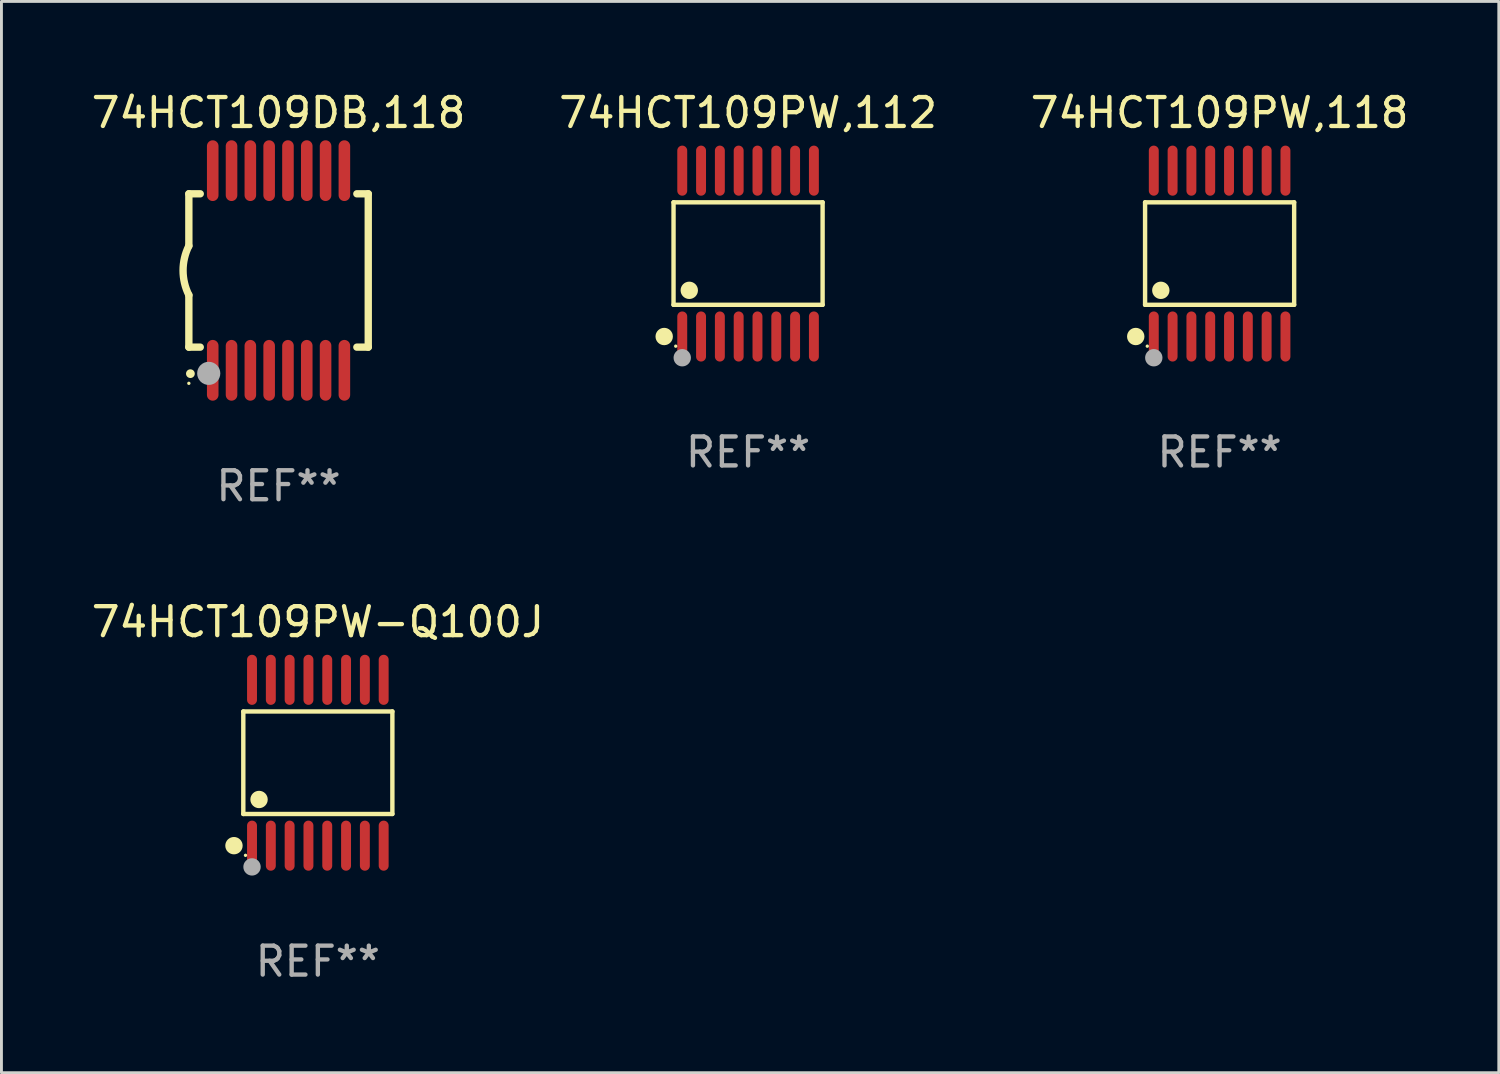
<source format=kicad_pcb>
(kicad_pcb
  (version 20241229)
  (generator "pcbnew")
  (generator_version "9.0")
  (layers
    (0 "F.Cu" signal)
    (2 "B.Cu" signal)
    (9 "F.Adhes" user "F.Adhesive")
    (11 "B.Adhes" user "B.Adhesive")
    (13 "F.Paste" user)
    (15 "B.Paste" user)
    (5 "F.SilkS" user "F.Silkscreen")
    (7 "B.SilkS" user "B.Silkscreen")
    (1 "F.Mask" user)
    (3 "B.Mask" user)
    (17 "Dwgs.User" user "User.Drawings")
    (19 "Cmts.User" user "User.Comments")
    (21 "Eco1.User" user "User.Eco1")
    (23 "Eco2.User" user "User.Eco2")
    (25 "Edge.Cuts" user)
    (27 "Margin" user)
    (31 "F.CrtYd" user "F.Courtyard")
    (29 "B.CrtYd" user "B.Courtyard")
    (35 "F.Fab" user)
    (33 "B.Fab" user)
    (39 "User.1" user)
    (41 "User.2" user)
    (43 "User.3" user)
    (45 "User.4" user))
  (footprint "74HCT109PW,118"
    (layer "F.Cu")
    (at 39.101 5.714)
    (property "Reference" "74HCT109PW,118" (at 0 -4.866 0) (layer "F.SilkS") (effects (font (size 1 1) (thickness 0.15))))
    (attr through_hole)
    (fp_line (start -2.576 -1.772) (end 2.576 -1.772) (stroke (width 0.152) (type solid)) (layer "F.SilkS"))
    (fp_line (start -2.576 1.771) (end -2.576 -1.772) (stroke (width 0.152) (type solid)) (layer "F.SilkS"))
    (fp_line (start 2.576 -1.772) (end 2.576 1.771) (stroke (width 0.152) (type solid)) (layer "F.SilkS"))
    (fp_line (start 2.576 1.771) (end -2.576 1.771) (stroke (width 0.152) (type solid)) (layer "F.SilkS"))
    (fp_circle (center -2.899 2.866) (end -2.749 2.866) (stroke (width 0.3) (type solid)) (fill no) (layer "F.SilkS"))
    (fp_circle (center -2.5 3.2) (end -2.47 3.2) (stroke (width 0.06) (type solid)) (fill no) (layer "F.SilkS"))
    (fp_circle (center -2.032 1.27) (end -1.882 1.27) (stroke (width 0.3) (type solid)) (fill no) (layer "F.SilkS"))
    (fp_circle (center -2.275 3.6) (end -2.125 3.6) (stroke (width 0.3) (type solid)) (fill no) (layer "F.Fab"))
    (fp_text user "REF**" (at 0 6.866 0) (layer "F.Fab") (effects (font (size 1 1) (thickness 0.15))))
    (pad "1" smd oval (at -2.275 2.866) (size 0.343 1.731) (layers "F.Cu" "F.Mask" "F.Paste"))
    (pad "2" smd oval (at -1.625 2.866) (size 0.343 1.731) (layers "F.Cu" "F.Mask" "F.Paste"))
    (pad "3" smd oval (at -0.975 2.866) (size 0.343 1.731) (layers "F.Cu" "F.Mask" "F.Paste"))
    (pad "4" smd oval (at -0.325 2.866) (size 0.343 1.731) (layers "F.Cu" "F.Mask" "F.Paste"))
    (pad "5" smd oval (at 0.325 2.866) (size 0.343 1.731) (layers "F.Cu" "F.Mask" "F.Paste"))
    (pad "6" smd oval (at 0.975 2.866) (size 0.343 1.731) (layers "F.Cu" "F.Mask" "F.Paste"))
    (pad "7" smd oval (at 1.625 2.866) (size 0.343 1.731) (layers "F.Cu" "F.Mask" "F.Paste"))
    (pad "8" smd oval (at 2.275 2.866) (size 0.343 1.731) (layers "F.Cu" "F.Mask" "F.Paste"))
    (pad "9" smd oval (at 2.275 -2.866) (size 0.343 1.731) (layers "F.Cu" "F.Mask" "F.Paste"))
    (pad "10" smd oval (at 1.625 -2.866) (size 0.343 1.731) (layers "F.Cu" "F.Mask" "F.Paste"))
    (pad "11" smd oval (at 0.975 -2.866) (size 0.343 1.731) (layers "F.Cu" "F.Mask" "F.Paste"))
    (pad "12" smd oval (at 0.325 -2.866) (size 0.343 1.731) (layers "F.Cu" "F.Mask" "F.Paste"))
    (pad "13" smd oval (at -0.325 -2.866) (size 0.343 1.731) (layers "F.Cu" "F.Mask" "F.Paste"))
    (pad "14" smd oval (at -0.975 -2.866) (size 0.343 1.731) (layers "F.Cu" "F.Mask" "F.Paste"))
    (pad "15" smd oval (at -1.625 -2.866) (size 0.343 1.731) (layers "F.Cu" "F.Mask" "F.Paste"))
    (pad "16" smd oval (at -2.275 -2.866) (size 0.343 1.731) (layers "F.Cu" "F.Mask" "F.Paste")))
  (footprint "74HCT109PW,112"
    (layer "F.Cu")
    (at 22.804 5.714)
    (property "Reference" "74HCT109PW,112" (at 0 -4.866 0) (layer "F.SilkS") (effects (font (size 1 1) (thickness 0.15))))
    (attr through_hole)
    (fp_line (start -2.576 -1.772) (end 2.576 -1.772) (stroke (width 0.152) (type solid)) (layer "F.SilkS"))
    (fp_line (start -2.576 1.771) (end -2.576 -1.772) (stroke (width 0.152) (type solid)) (layer "F.SilkS"))
    (fp_line (start 2.576 -1.772) (end 2.576 1.771) (stroke (width 0.152) (type solid)) (layer "F.SilkS"))
    (fp_line (start 2.576 1.771) (end -2.576 1.771) (stroke (width 0.152) (type solid)) (layer "F.SilkS"))
    (fp_circle (center -2.899 2.866) (end -2.749 2.866) (stroke (width 0.3) (type solid)) (fill no) (layer "F.SilkS"))
    (fp_circle (center -2.5 3.2) (end -2.47 3.2) (stroke (width 0.06) (type solid)) (fill no) (layer "F.SilkS"))
    (fp_circle (center -2.032 1.27) (end -1.882 1.27) (stroke (width 0.3) (type solid)) (fill no) (layer "F.SilkS"))
    (fp_circle (center -2.275 3.6) (end -2.125 3.6) (stroke (width 0.3) (type solid)) (fill no) (layer "F.Fab"))
    (fp_text user "REF**" (at 0 6.866 0) (layer "F.Fab") (effects (font (size 1 1) (thickness 0.15))))
    (pad "1" smd oval (at -2.275 2.866) (size 0.343 1.731) (layers "F.Cu" "F.Mask" "F.Paste"))
    (pad "2" smd oval (at -1.625 2.866) (size 0.343 1.731) (layers "F.Cu" "F.Mask" "F.Paste"))
    (pad "3" smd oval (at -0.975 2.866) (size 0.343 1.731) (layers "F.Cu" "F.Mask" "F.Paste"))
    (pad "4" smd oval (at -0.325 2.866) (size 0.343 1.731) (layers "F.Cu" "F.Mask" "F.Paste"))
    (pad "5" smd oval (at 0.325 2.866) (size 0.343 1.731) (layers "F.Cu" "F.Mask" "F.Paste"))
    (pad "6" smd oval (at 0.975 2.866) (size 0.343 1.731) (layers "F.Cu" "F.Mask" "F.Paste"))
    (pad "7" smd oval (at 1.625 2.866) (size 0.343 1.731) (layers "F.Cu" "F.Mask" "F.Paste"))
    (pad "8" smd oval (at 2.275 2.866) (size 0.343 1.731) (layers "F.Cu" "F.Mask" "F.Paste"))
    (pad "9" smd oval (at 2.275 -2.866) (size 0.343 1.731) (layers "F.Cu" "F.Mask" "F.Paste"))
    (pad "10" smd oval (at 1.625 -2.866) (size 0.343 1.731) (layers "F.Cu" "F.Mask" "F.Paste"))
    (pad "11" smd oval (at 0.975 -2.866) (size 0.343 1.731) (layers "F.Cu" "F.Mask" "F.Paste"))
    (pad "12" smd oval (at 0.325 -2.866) (size 0.343 1.731) (layers "F.Cu" "F.Mask" "F.Paste"))
    (pad "13" smd oval (at -0.325 -2.866) (size 0.343 1.731) (layers "F.Cu" "F.Mask" "F.Paste"))
    (pad "14" smd oval (at -0.975 -2.866) (size 0.343 1.731) (layers "F.Cu" "F.Mask" "F.Paste"))
    (pad "15" smd oval (at -1.625 -2.866) (size 0.343 1.731) (layers "F.Cu" "F.Mask" "F.Paste"))
    (pad "16" smd oval (at -2.275 -2.866) (size 0.343 1.731) (layers "F.Cu" "F.Mask" "F.Paste")))
  (footprint "74HCT109DB,118"
    (layer "F.Cu")
    (at 6.577 6.298)
    (property "Reference" "74HCT109DB,118" (at 0 -5.45 0) (layer "F.SilkS") (effects (font (size 1 1) (thickness 0.15))))
    (attr through_hole)
    (fp_line (start -3.1 -2.65) (end -3.1 -0.85) (stroke (width 0.254) (type solid)) (layer "F.SilkS"))
    (fp_line (start -3.1 -2.65) (end -2.706 -2.65) (stroke (width 0.254) (type solid)) (layer "F.SilkS"))
    (fp_line (start -3.1 2.65) (end -3.1 0.85) (stroke (width 0.254) (type solid)) (layer "F.SilkS"))
    (fp_line (start -3.1 2.65) (end -2.706 2.65) (stroke (width 0.254) (type solid)) (layer "F.SilkS"))
    (fp_line (start 2.706 -2.65) (end 3.1 -2.65) (stroke (width 0.254) (type solid)) (layer "F.SilkS"))
    (fp_line (start 2.706 2.65) (end 3.1 2.65) (stroke (width 0.254) (type solid)) (layer "F.SilkS"))
    (fp_line (start 3.1 -2.65) (end 3.1 2.65) (stroke (width 0.254) (type solid)) (layer "F.SilkS"))
    (fp_arc (start -3.098907 0.850902) (mid -3.300057 0.000523) (end -3.1 -0.850114) (stroke (width 0.254001) (type solid)) (layer "F.SilkS"))
    (fp_arc (start -3.048006 3.566066) (mid -3.046736 3.566061) (end -3.045466 3.566066) (stroke (width 0.3) (type solid)) (layer "F.SilkS"))
    (fp_circle (center -3.1 3.9) (end -3.07 3.9) (stroke (width 0.06) (type solid)) (fill no) (layer "F.SilkS"))
    (fp_circle (center -2.413 3.556) (end -2.213 3.556) (stroke (width 0.4) (type solid)) (fill no) (layer "F.Fab"))
    (fp_text user "REF**" (at 0 7.45 0) (layer "F.Fab") (effects (font (size 1 1) (thickness 0.15))))
    (pad "1" smd oval (at -2.275 3.45 180) (size 0.4 2.1) (layers "F.Cu" "F.Mask" "F.Paste"))
    (pad "2" smd oval (at -1.625 3.45 180) (size 0.4 2.1) (layers "F.Cu" "F.Mask" "F.Paste"))
    (pad "3" smd oval (at -0.975 3.45 180) (size 0.4 2.1) (layers "F.Cu" "F.Mask" "F.Paste"))
    (pad "4" smd oval (at -0.325 3.45 180) (size 0.4 2.1) (layers "F.Cu" "F.Mask" "F.Paste"))
    (pad "5" smd oval (at 0.325 3.45 180) (size 0.4 2.1) (layers "F.Cu" "F.Mask" "F.Paste"))
    (pad "6" smd oval (at 0.975 3.45 180) (size 0.4 2.1) (layers "F.Cu" "F.Mask" "F.Paste"))
    (pad "7" smd oval (at 1.625 3.45 180) (size 0.4 2.1) (layers "F.Cu" "F.Mask" "F.Paste"))
    (pad "8" smd oval (at 2.275 3.45 180) (size 0.4 2.1) (layers "F.Cu" "F.Mask" "F.Paste"))
    (pad "9" smd oval (at 2.275 -3.45 180) (size 0.4 2.1) (layers "F.Cu" "F.Mask" "F.Paste"))
    (pad "10" smd oval (at 1.625 -3.45 180) (size 0.4 2.1) (layers "F.Cu" "F.Mask" "F.Paste"))
    (pad "11" smd oval (at 0.975 -3.45 180) (size 0.4 2.1) (layers "F.Cu" "F.Mask" "F.Paste"))
    (pad "12" smd oval (at 0.325 -3.45 180) (size 0.4 2.1) (layers "F.Cu" "F.Mask" "F.Paste"))
    (pad "13" smd oval (at -0.325 -3.45 180) (size 0.4 2.1) (layers "F.Cu" "F.Mask" "F.Paste"))
    (pad "14" smd oval (at -0.975 -3.45 180) (size 0.4 2.1) (layers "F.Cu" "F.Mask" "F.Paste"))
    (pad "15" smd oval (at -1.625 -3.45 180) (size 0.4 2.1) (layers "F.Cu" "F.Mask" "F.Paste"))
    (pad "16" smd oval (at -2.275 -3.45 180) (size 0.4 2.1) (layers "F.Cu" "F.Mask" "F.Paste")))
  (footprint "74HCT109PW-Q100J"
    (layer "F.Cu")
    (at 7.935 23.311)
    (property "Reference" "74HCT109PW-Q100J" (at 0 -4.866 0) (layer "F.SilkS") (effects (font (size 1 1) (thickness 0.15))))
    (attr through_hole)
    (fp_line (start -2.576 -1.772) (end 2.576 -1.772) (stroke (width 0.152) (type solid)) (layer "F.SilkS"))
    (fp_line (start -2.576 1.771) (end -2.576 -1.772) (stroke (width 0.152) (type solid)) (layer "F.SilkS"))
    (fp_line (start 2.576 -1.772) (end 2.576 1.771) (stroke (width 0.152) (type solid)) (layer "F.SilkS"))
    (fp_line (start 2.576 1.771) (end -2.576 1.771) (stroke (width 0.152) (type solid)) (layer "F.SilkS"))
    (fp_circle (center -2.899 2.866) (end -2.749 2.866) (stroke (width 0.3) (type solid)) (fill no) (layer "F.SilkS"))
    (fp_circle (center -2.5 3.2) (end -2.47 3.2) (stroke (width 0.06) (type solid)) (fill no) (layer "F.SilkS"))
    (fp_circle (center -2.032 1.27) (end -1.882 1.27) (stroke (width 0.3) (type solid)) (fill no) (layer "F.SilkS"))
    (fp_circle (center -2.275 3.6) (end -2.125 3.6) (stroke (width 0.3) (type solid)) (fill no) (layer "F.Fab"))
    (fp_text user "REF**" (at 0 6.866 0) (layer "F.Fab") (effects (font (size 1 1) (thickness 0.15))))
    (pad "1" smd oval (at -2.275 2.866) (size 0.343 1.731) (layers "F.Cu" "F.Mask" "F.Paste"))
    (pad "2" smd oval (at -1.625 2.866) (size 0.343 1.731) (layers "F.Cu" "F.Mask" "F.Paste"))
    (pad "3" smd oval (at -0.975 2.866) (size 0.343 1.731) (layers "F.Cu" "F.Mask" "F.Paste"))
    (pad "4" smd oval (at -0.325 2.866) (size 0.343 1.731) (layers "F.Cu" "F.Mask" "F.Paste"))
    (pad "5" smd oval (at 0.325 2.866) (size 0.343 1.731) (layers "F.Cu" "F.Mask" "F.Paste"))
    (pad "6" smd oval (at 0.975 2.866) (size 0.343 1.731) (layers "F.Cu" "F.Mask" "F.Paste"))
    (pad "7" smd oval (at 1.625 2.866) (size 0.343 1.731) (layers "F.Cu" "F.Mask" "F.Paste"))
    (pad "8" smd oval (at 2.275 2.866) (size 0.343 1.731) (layers "F.Cu" "F.Mask" "F.Paste"))
    (pad "9" smd oval (at 2.275 -2.866) (size 0.343 1.731) (layers "F.Cu" "F.Mask" "F.Paste"))
    (pad "10" smd oval (at 1.625 -2.866) (size 0.343 1.731) (layers "F.Cu" "F.Mask" "F.Paste"))
    (pad "11" smd oval (at 0.975 -2.866) (size 0.343 1.731) (layers "F.Cu" "F.Mask" "F.Paste"))
    (pad "12" smd oval (at 0.325 -2.866) (size 0.343 1.731) (layers "F.Cu" "F.Mask" "F.Paste"))
    (pad "13" smd oval (at -0.325 -2.866) (size 0.343 1.731) (layers "F.Cu" "F.Mask" "F.Paste"))
    (pad "14" smd oval (at -0.975 -2.866) (size 0.343 1.731) (layers "F.Cu" "F.Mask" "F.Paste"))
    (pad "15" smd oval (at -1.625 -2.866) (size 0.343 1.731) (layers "F.Cu" "F.Mask" "F.Paste"))
    (pad "16" smd oval (at -2.275 -2.866) (size 0.343 1.731) (layers "F.Cu" "F.Mask" "F.Paste")))
  (gr_rect
    (start -3 -3)
    (end 48.75 34.025)
    (stroke (width 0.1) (type default))
    (fill no)
    (layer "Edge.Cuts")))
</source>
